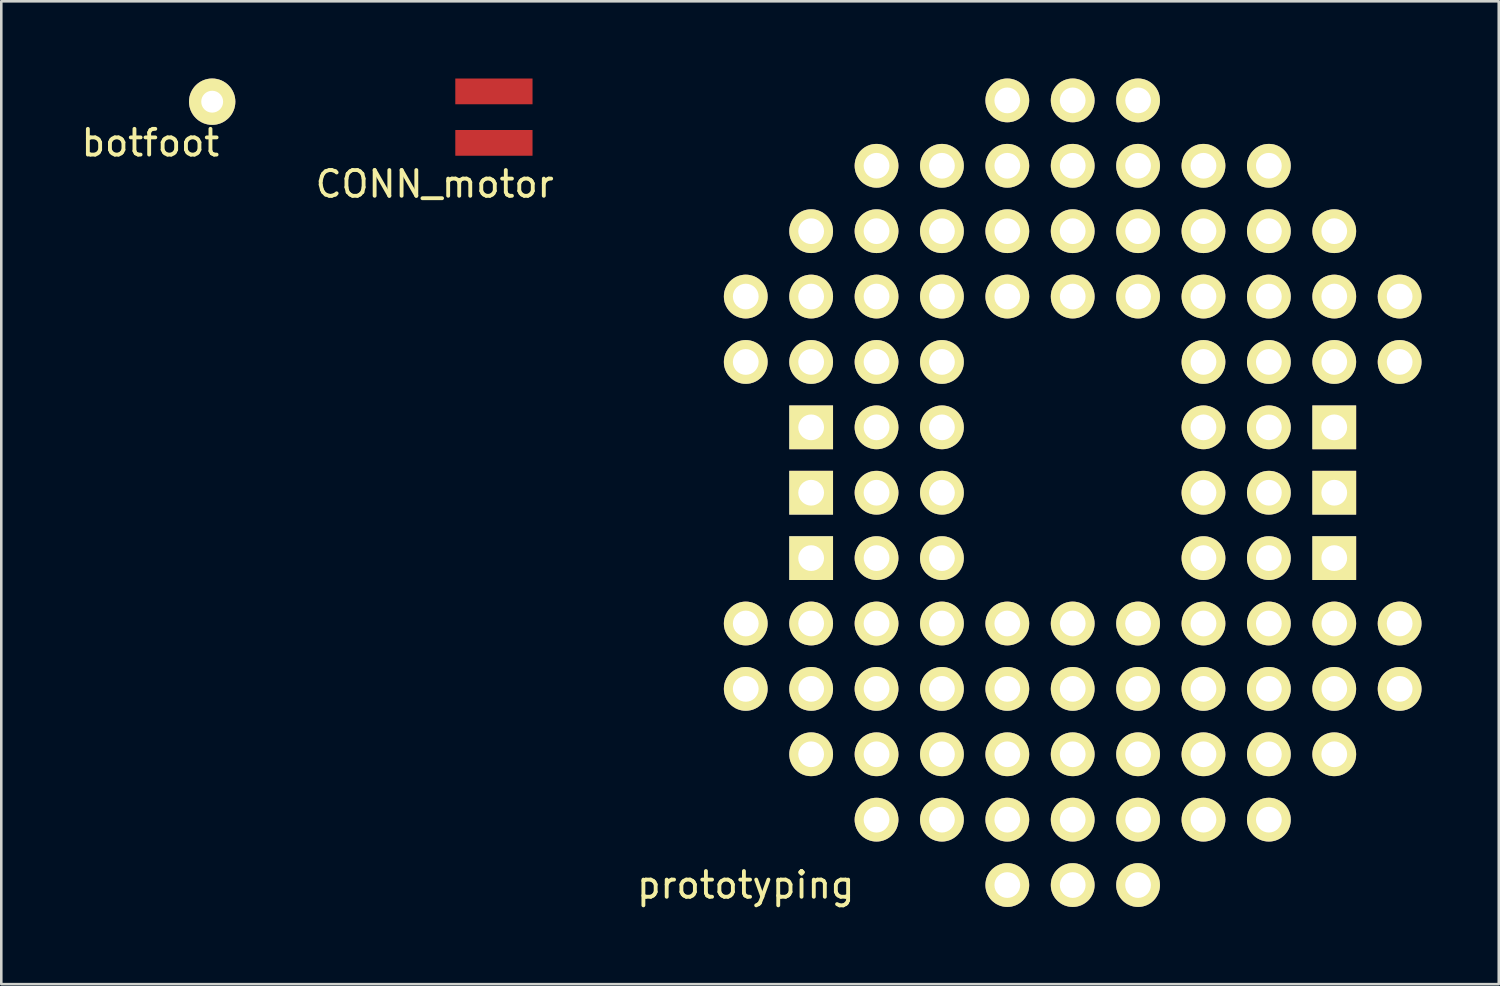
<source format=kicad_pcb>
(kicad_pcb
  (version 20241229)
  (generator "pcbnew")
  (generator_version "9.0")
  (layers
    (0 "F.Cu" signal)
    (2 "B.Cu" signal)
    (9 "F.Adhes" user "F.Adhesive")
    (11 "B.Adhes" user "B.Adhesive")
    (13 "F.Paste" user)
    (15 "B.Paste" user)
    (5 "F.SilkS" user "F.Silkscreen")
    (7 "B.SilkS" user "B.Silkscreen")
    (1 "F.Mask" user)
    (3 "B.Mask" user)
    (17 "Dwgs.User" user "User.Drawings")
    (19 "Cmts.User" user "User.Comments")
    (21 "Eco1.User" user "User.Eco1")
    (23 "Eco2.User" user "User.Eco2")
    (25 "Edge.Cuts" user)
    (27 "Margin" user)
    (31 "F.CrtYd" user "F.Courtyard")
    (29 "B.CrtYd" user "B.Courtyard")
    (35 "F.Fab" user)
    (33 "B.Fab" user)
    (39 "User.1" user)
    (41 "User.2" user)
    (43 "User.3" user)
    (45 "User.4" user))
  (footprint "prototyping"
    (layer "F.Cu")
    (at 38.619 16.09)
    (property "Reference" "prototyping" (at -12.7 15.24 0) (layer "F.SilkS") (effects (font (size 1 1) (thickness 0.15))))
    (attr through_hole)
    (pad "6" thru_hole circle (at -2.54 15.24) (size 1.7 1.7) (drill 1) (layers "*.Cu" "*.Mask" "F.SilkS"))
    (pad "7" thru_hole circle (at 0 15.24) (size 1.7 1.7) (drill 1) (layers "*.Cu" "*.Mask" "F.SilkS"))
    (pad "8" thru_hole circle (at 2.54 15.24) (size 1.7 1.7) (drill 1) (layers "*.Cu" "*.Mask" "F.SilkS"))
    (pad "31" thru_hole circle (at -2.54 -15.24) (size 1.7 1.7) (drill 1) (layers "*.Cu" "*.Mask" "F.SilkS"))
    (pad "32" thru_hole circle (at 0 -15.24) (size 1.7 1.7) (drill 1) (layers "*.Cu" "*.Mask" "F.SilkS"))
    (pad "33" thru_hole circle (at 2.54 -15.24) (size 1.7 1.7) (drill 1) (layers "*.Cu" "*.Mask" "F.SilkS"))
    (pad "52" thru_hole circle (at 7.62 12.7) (size 1.7 1.7) (drill 1) (layers "*.Cu" "*.Mask" "F.SilkS"))
    (pad "53" thru_hole circle (at 5.08 12.7) (size 1.7 1.7) (drill 1) (layers "*.Cu" "*.Mask" "F.SilkS"))
    (pad "54" thru_hole circle (at 2.54 12.7) (size 1.7 1.7) (drill 1) (layers "*.Cu" "*.Mask" "F.SilkS"))
    (pad "55" thru_hole circle (at 0 12.7) (size 1.7 1.7) (drill 1) (layers "*.Cu" "*.Mask" "F.SilkS"))
    (pad "56" thru_hole circle (at -2.54 12.7) (size 1.7 1.7) (drill 1) (layers "*.Cu" "*.Mask" "F.SilkS"))
    (pad "57" thru_hole circle (at -5.08 12.7) (size 1.7 1.7) (drill 1) (layers "*.Cu" "*.Mask" "F.SilkS"))
    (pad "58" thru_hole circle (at -7.62 12.7) (size 1.7 1.7) (drill 1) (layers "*.Cu" "*.Mask" "F.SilkS"))
    (pad "61" thru_hole circle (at -12.7 7.62) (size 1.7 1.7) (drill 1) (layers "*.Cu" "*.Mask" "F.SilkS"))
    (pad "62" thru_hole circle (at -12.7 5.08) (size 1.7 1.7) (drill 1) (layers "*.Cu" "*.Mask" "F.SilkS"))
    (pad "66" thru_hole circle (at -12.7 -5.08) (size 1.7 1.7) (drill 1) (layers "*.Cu" "*.Mask" "F.SilkS"))
    (pad "67" thru_hole circle (at -12.7 -7.62) (size 1.7 1.7) (drill 1) (layers "*.Cu" "*.Mask" "F.SilkS"))
    (pad "71" thru_hole circle (at -7.62 -12.7) (size 1.7 1.7) (drill 1) (layers "*.Cu" "*.Mask" "F.SilkS"))
    (pad "72" thru_hole circle (at -5.08 -12.7) (size 1.7 1.7) (drill 1) (layers "*.Cu" "*.Mask" "F.SilkS"))
    (pad "73" thru_hole circle (at -2.54 -12.7) (size 1.7 1.7) (drill 1) (layers "*.Cu" "*.Mask" "F.SilkS"))
    (pad "74" thru_hole circle (at 0 -12.7) (size 1.7 1.7) (drill 1) (layers "*.Cu" "*.Mask" "F.SilkS"))
    (pad "75" thru_hole circle (at 2.54 -12.7) (size 1.7 1.7) (drill 1) (layers "*.Cu" "*.Mask" "F.SilkS"))
    (pad "76" thru_hole circle (at 5.08 -12.7) (size 1.7 1.7) (drill 1) (layers "*.Cu" "*.Mask" "F.SilkS"))
    (pad "77" thru_hole circle (at 7.62 -12.7) (size 1.7 1.7) (drill 1) (layers "*.Cu" "*.Mask" "F.SilkS"))
    (pad "81" thru_hole circle (at 12.7 -7.62) (size 1.7 1.7) (drill 1) (layers "*.Cu" "*.Mask" "F.SilkS"))
    (pad "82" thru_hole circle (at 12.7 -5.08) (size 1.7 1.7) (drill 1) (layers "*.Cu" "*.Mask" "F.SilkS"))
    (pad "86" thru_hole circle (at 12.7 5.08) (size 1.7 1.7) (drill 1) (layers "*.Cu" "*.Mask" "F.SilkS"))
    (pad "87" thru_hole circle (at 12.7 7.62) (size 1.7 1.7) (drill 1) (layers "*.Cu" "*.Mask" "F.SilkS"))
    (pad "89" thru_hole circle (at 10.16 10.16) (size 1.7 1.7) (drill 1) (layers "*.Cu" "*.Mask" "F.SilkS"))
    (pad "90" thru_hole circle (at 7.62 10.16) (size 1.7 1.7) (drill 1) (layers "*.Cu" "*.Mask" "F.SilkS"))
    (pad "91" thru_hole circle (at 2.54 10.16) (size 1.7 1.7) (drill 1) (layers "*.Cu" "*.Mask" "F.SilkS"))
    (pad "92" thru_hole circle (at 5.08 10.16) (size 1.7 1.7) (drill 1) (layers "*.Cu" "*.Mask" "F.SilkS"))
    (pad "93" thru_hole circle (at 0 10.16) (size 1.7 1.7) (drill 1) (layers "*.Cu" "*.Mask" "F.SilkS"))
    (pad "94" thru_hole circle (at -2.54 10.16) (size 1.7 1.7) (drill 1) (layers "*.Cu" "*.Mask" "F.SilkS"))
    (pad "95" thru_hole circle (at -5.08 10.16) (size 1.7 1.7) (drill 1) (layers "*.Cu" "*.Mask" "F.SilkS"))
    (pad "96" thru_hole circle (at -7.62 10.16) (size 1.7 1.7) (drill 1) (layers "*.Cu" "*.Mask" "F.SilkS"))
    (pad "97" thru_hole circle (at -10.16 10.16) (size 1.7 1.7) (drill 1) (layers "*.Cu" "*.Mask" "F.SilkS"))
    (pad "98" thru_hole circle (at -10.16 7.62) (size 1.7 1.7) (drill 1) (layers "*.Cu" "*.Mask" "F.SilkS"))
    (pad "99" thru_hole circle (at -10.16 5.08) (size 1.7 1.7) (drill 1) (layers "*.Cu" "*.Mask" "F.SilkS"))
    (pad "100" thru_hole rect (at -10.16 2.54) (size 1.7 1.7) (drill 1) (layers "*.Cu" "*.Mask" "F.SilkS"))
    (pad "101" thru_hole rect (at -10.16 0) (size 1.7 1.7) (drill 1) (layers "*.Cu" "*.Mask" "F.SilkS"))
    (pad "102" thru_hole rect (at -10.16 -2.54) (size 1.7 1.7) (drill 1) (layers "*.Cu" "*.Mask" "F.SilkS"))
    (pad "103" thru_hole circle (at -10.16 -5.08) (size 1.7 1.7) (drill 1) (layers "*.Cu" "*.Mask" "F.SilkS"))
    (pad "104" thru_hole circle (at -10.16 -7.62) (size 1.7 1.7) (drill 1) (layers "*.Cu" "*.Mask" "F.SilkS"))
    (pad "105" thru_hole circle (at -10.16 -10.16) (size 1.7 1.7) (drill 1) (layers "*.Cu" "*.Mask" "F.SilkS"))
    (pad "106" thru_hole circle (at -7.62 -10.16) (size 1.7 1.7) (drill 1) (layers "*.Cu" "*.Mask" "F.SilkS"))
    (pad "107" thru_hole circle (at -5.08 -10.16) (size 1.7 1.7) (drill 1) (layers "*.Cu" "*.Mask" "F.SilkS"))
    (pad "108" thru_hole circle (at -2.54 -10.16) (size 1.7 1.7) (drill 1) (layers "*.Cu" "*.Mask" "F.SilkS"))
    (pad "109" thru_hole circle (at 0 -10.16) (size 1.7 1.7) (drill 1) (layers "*.Cu" "*.Mask" "F.SilkS"))
    (pad "110" thru_hole circle (at 2.54 -10.16) (size 1.7 1.7) (drill 1) (layers "*.Cu" "*.Mask" "F.SilkS"))
    (pad "111" thru_hole circle (at 5.08 -10.16) (size 1.7 1.7) (drill 1) (layers "*.Cu" "*.Mask" "F.SilkS"))
    (pad "112" thru_hole circle (at 7.62 -10.16) (size 1.7 1.7) (drill 1) (layers "*.Cu" "*.Mask" "F.SilkS"))
    (pad "113" thru_hole circle (at 10.16 -10.16) (size 1.7 1.7) (drill 1) (layers "*.Cu" "*.Mask" "F.SilkS"))
    (pad "114" thru_hole circle (at 10.16 -7.62) (size 1.7 1.7) (drill 1) (layers "*.Cu" "*.Mask" "F.SilkS"))
    (pad "115" thru_hole circle (at 10.16 -5.08) (size 1.7 1.7) (drill 1) (layers "*.Cu" "*.Mask" "F.SilkS"))
    (pad "116" thru_hole rect (at 10.16 -2.54) (size 1.7 1.7) (drill 1) (layers "*.Cu" "*.Mask" "F.SilkS"))
    (pad "117" thru_hole rect (at 10.16 0) (size 1.7 1.7) (drill 1) (layers "*.Cu" "*.Mask" "F.SilkS"))
    (pad "118" thru_hole rect (at 10.16 2.54) (size 1.7 1.7) (drill 1) (layers "*.Cu" "*.Mask" "F.SilkS"))
    (pad "119" thru_hole circle (at 10.16 5.08) (size 1.7 1.7) (drill 1) (layers "*.Cu" "*.Mask" "F.SilkS"))
    (pad "120" thru_hole circle (at 10.16 7.62) (size 1.7 1.7) (drill 1) (layers "*.Cu" "*.Mask" "F.SilkS"))
    (pad "121" thru_hole circle (at 7.62 7.62) (size 1.7 1.7) (drill 1) (layers "*.Cu" "*.Mask" "F.SilkS"))
    (pad "122" thru_hole circle (at 5.08 7.62) (size 1.7 1.7) (drill 1) (layers "*.Cu" "*.Mask" "F.SilkS"))
    (pad "123" thru_hole circle (at 2.54 7.62) (size 1.7 1.7) (drill 1) (layers "*.Cu" "*.Mask" "F.SilkS"))
    (pad "124" thru_hole circle (at 0 7.62) (size 1.7 1.7) (drill 1) (layers "*.Cu" "*.Mask" "F.SilkS"))
    (pad "125" thru_hole circle (at -2.54 7.62) (size 1.7 1.7) (drill 1) (layers "*.Cu" "*.Mask" "F.SilkS"))
    (pad "126" thru_hole circle (at -5.08 7.62) (size 1.7 1.7) (drill 1) (layers "*.Cu" "*.Mask" "F.SilkS"))
    (pad "127" thru_hole circle (at -7.62 7.62) (size 1.7 1.7) (drill 1) (layers "*.Cu" "*.Mask" "F.SilkS"))
    (pad "128" thru_hole circle (at -7.62 5.08) (size 1.7 1.7) (drill 1) (layers "*.Cu" "*.Mask" "F.SilkS"))
    (pad "129" thru_hole circle (at -7.62 2.54) (size 1.7 1.7) (drill 1) (layers "*.Cu" "*.Mask" "F.SilkS"))
    (pad "130" thru_hole circle (at -7.62 0) (size 1.7 1.7) (drill 1) (layers "*.Cu" "*.Mask" "F.SilkS"))
    (pad "131" thru_hole circle (at -7.62 -2.54) (size 1.7 1.7) (drill 1) (layers "*.Cu" "*.Mask" "F.SilkS"))
    (pad "132" thru_hole circle (at -7.62 -5.08) (size 1.7 1.7) (drill 1) (layers "*.Cu" "*.Mask" "F.SilkS"))
    (pad "133" thru_hole circle (at -7.62 -7.62) (size 1.7 1.7) (drill 1) (layers "*.Cu" "*.Mask" "F.SilkS"))
    (pad "134" thru_hole circle (at -2.54 -7.62) (size 1.7 1.7) (drill 1) (layers "*.Cu" "*.Mask" "F.SilkS"))
    (pad "135" thru_hole circle (at -5.08 -7.62) (size 1.7 1.7) (drill 1) (layers "*.Cu" "*.Mask" "F.SilkS"))
    (pad "136" thru_hole circle (at 0 -7.62) (size 1.7 1.7) (drill 1) (layers "*.Cu" "*.Mask" "F.SilkS"))
    (pad "137" thru_hole circle (at 2.54 -7.62) (size 1.7 1.7) (drill 1) (layers "*.Cu" "*.Mask" "F.SilkS"))
    (pad "138" thru_hole circle (at 5.08 -7.62) (size 1.7 1.7) (drill 1) (layers "*.Cu" "*.Mask" "F.SilkS"))
    (pad "139" thru_hole circle (at 7.62 -7.62) (size 1.7 1.7) (drill 1) (layers "*.Cu" "*.Mask" "F.SilkS"))
    (pad "140" thru_hole circle (at 7.62 -5.08) (size 1.7 1.7) (drill 1) (layers "*.Cu" "*.Mask" "F.SilkS"))
    (pad "141" thru_hole circle (at 7.62 -2.54) (size 1.7 1.7) (drill 1) (layers "*.Cu" "*.Mask" "F.SilkS"))
    (pad "142" thru_hole circle (at 7.62 0) (size 1.7 1.7) (drill 1) (layers "*.Cu" "*.Mask" "F.SilkS"))
    (pad "143" thru_hole circle (at 7.62 2.54) (size 1.7 1.7) (drill 1) (layers "*.Cu" "*.Mask" "F.SilkS"))
    (pad "144" thru_hole circle (at 7.62 5.08) (size 1.7 1.7) (drill 1) (layers "*.Cu" "*.Mask" "F.SilkS"))
    (pad "145" thru_hole circle (at 5.08 5.08) (size 1.7 1.7) (drill 1) (layers "*.Cu" "*.Mask" "F.SilkS"))
    (pad "146" thru_hole circle (at 0 5.08) (size 1.7 1.7) (drill 1) (layers "*.Cu" "*.Mask" "F.SilkS"))
    (pad "147" thru_hole circle (at 2.54 5.08) (size 1.7 1.7) (drill 1) (layers "*.Cu" "*.Mask" "F.SilkS"))
    (pad "148" thru_hole circle (at -2.54 5.08) (size 1.7 1.7) (drill 1) (layers "*.Cu" "*.Mask" "F.SilkS"))
    (pad "149" thru_hole circle (at -5.08 5.08) (size 1.7 1.7) (drill 1) (layers "*.Cu" "*.Mask" "F.SilkS"))
    (pad "150" thru_hole circle (at -5.08 2.54) (size 1.7 1.7) (drill 1) (layers "*.Cu" "*.Mask" "F.SilkS"))
    (pad "151" thru_hole circle (at -5.08 0) (size 1.7 1.7) (drill 1) (layers "*.Cu" "*.Mask" "F.SilkS"))
    (pad "152" thru_hole circle (at -5.08 -2.54) (size 1.7 1.7) (drill 1) (layers "*.Cu" "*.Mask" "F.SilkS"))
    (pad "153" thru_hole circle (at -5.08 -5.08) (size 1.7 1.7) (drill 1) (layers "*.Cu" "*.Mask" "F.SilkS"))
    (pad "157" thru_hole circle (at 5.08 -5.08) (size 1.7 1.7) (drill 1) (layers "*.Cu" "*.Mask" "F.SilkS"))
    (pad "158" thru_hole circle (at 5.08 -2.54) (size 1.7 1.7) (drill 1) (layers "*.Cu" "*.Mask" "F.SilkS"))
    (pad "159" thru_hole circle (at 5.08 0) (size 1.7 1.7) (drill 1) (layers "*.Cu" "*.Mask" "F.SilkS"))
    (pad "160" thru_hole circle (at 5.08 2.54) (size 1.7 1.7) (drill 1) (layers "*.Cu" "*.Mask" "F.SilkS")))
  (footprint "botfoot"
    (layer "F.Cu")
    (at 5.192 0.9)
    (property "Reference" "botfoot" (at -2.4 1.6 0) (layer "F.SilkS") (effects (font (size 1 1) (thickness 0.15))))
    (attr through_hole)
    (pad "1" thru_hole circle (at 0 0) (size 1.8 1.8) (drill 0.85) (layers "*.Cu" "*.Mask" "F.SilkS")))
  (footprint "CONN_motor"
    (layer "F.Cu")
    (at 16.136 2.5)
    (property "Reference" "CONN_motor" (at -2.3 1.6 0) (layer "F.SilkS") (effects (font (size 1 1) (thickness 0.15))))
    (attr through_hole)
    (pad "1" smd rect (at 0 0) (size 3 1) (layers "F.Cu" "F.Mask" "F.Paste"))
    (pad "2" smd rect (at 0 -2) (size 3 1) (layers "F.Cu" "F.Mask" "F.Paste")))
  (gr_rect
    (start -3 -3)
    (end 55.169 35.18)
    (stroke (width 0.1) (type default))
    (fill no)
    (layer "Edge.Cuts")))
</source>
